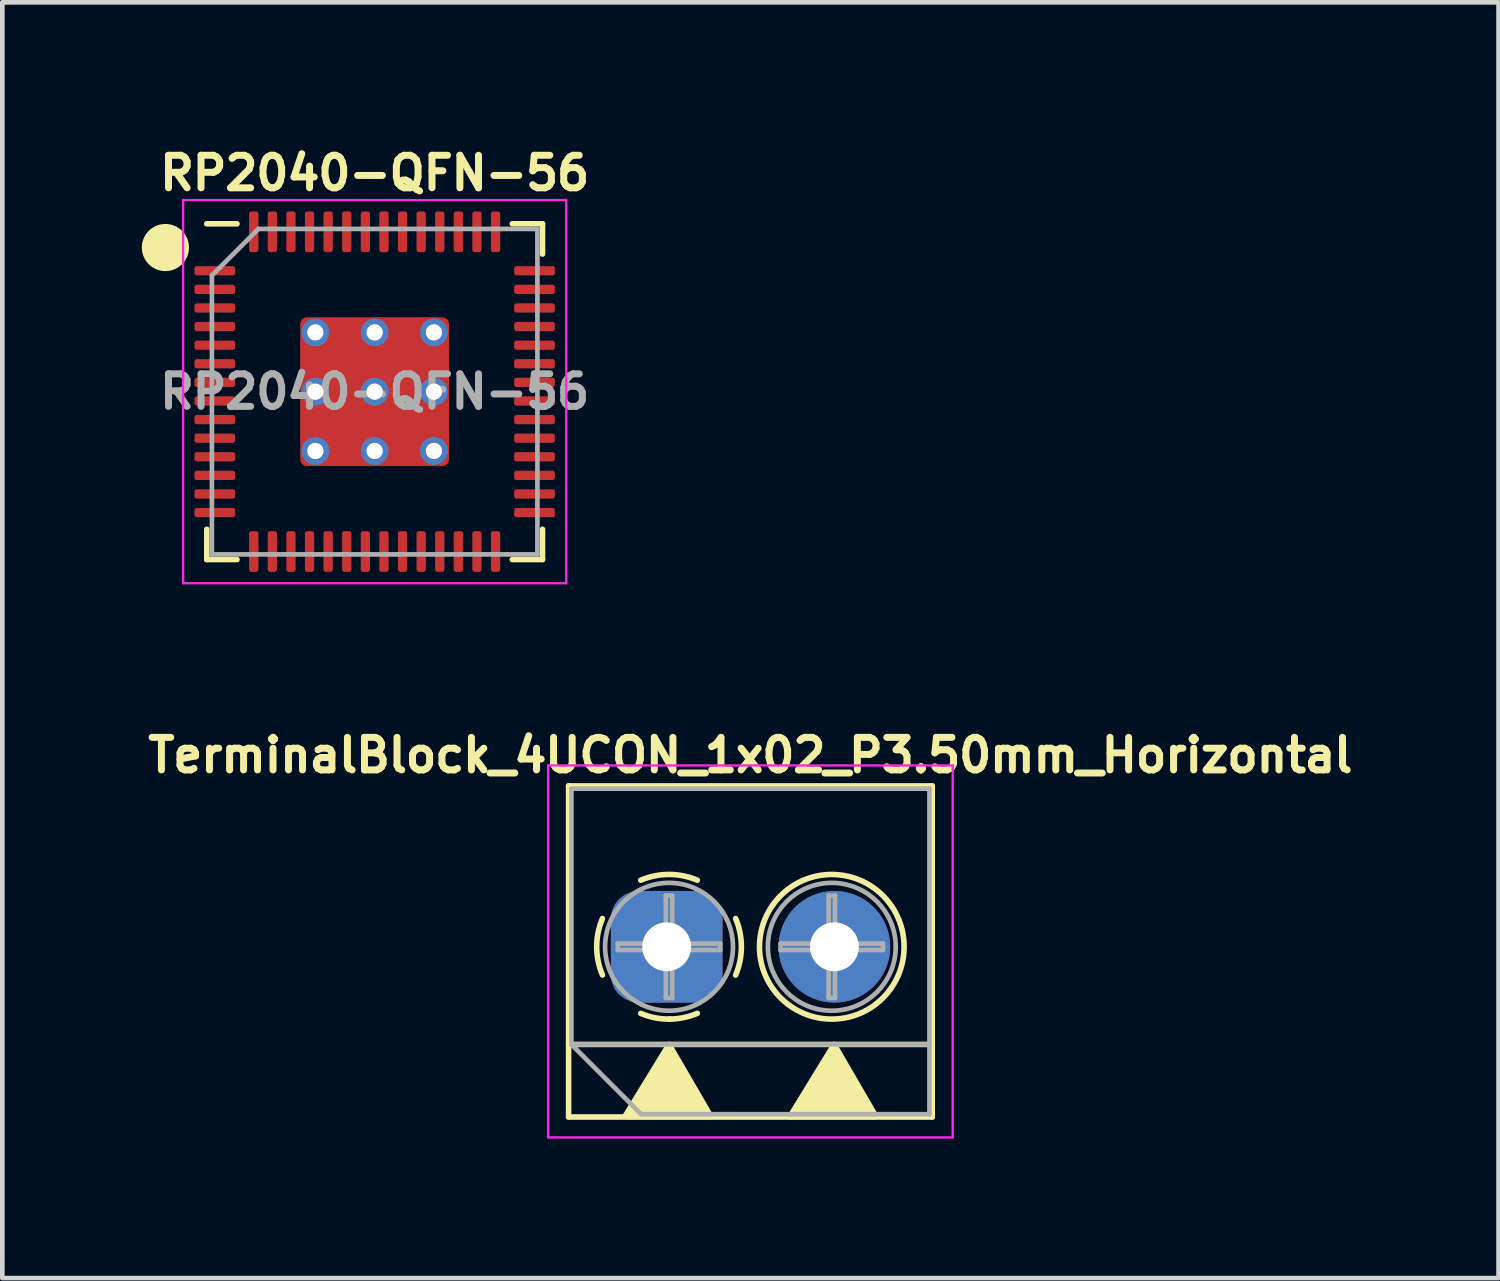
<source format=kicad_pcb>
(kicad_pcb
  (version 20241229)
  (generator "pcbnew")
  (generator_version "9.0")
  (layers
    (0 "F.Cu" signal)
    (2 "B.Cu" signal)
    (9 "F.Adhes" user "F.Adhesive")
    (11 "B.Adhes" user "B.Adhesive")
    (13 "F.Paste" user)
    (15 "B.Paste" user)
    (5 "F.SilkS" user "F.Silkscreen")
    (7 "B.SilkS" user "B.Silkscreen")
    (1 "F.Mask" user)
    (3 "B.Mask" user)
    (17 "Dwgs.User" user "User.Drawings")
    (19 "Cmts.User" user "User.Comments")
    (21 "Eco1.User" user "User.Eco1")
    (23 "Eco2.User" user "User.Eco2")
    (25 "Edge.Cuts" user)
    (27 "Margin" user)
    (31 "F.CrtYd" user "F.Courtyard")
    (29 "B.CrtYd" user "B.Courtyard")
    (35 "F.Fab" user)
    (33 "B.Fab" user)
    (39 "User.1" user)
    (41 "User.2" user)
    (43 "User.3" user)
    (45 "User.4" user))
  (footprint "RP2040-QFN-56"
    (layer "F.Cu")
    (at 5.007 5.373)
    (property "Reference" "RP2040-QFN-56" (at 0 -4.7 0) (layer "F.SilkS") (effects (font (size 0.7 0.7) (thickness 0.15))))
    (attr smd)
    (fp_line (start -3.61 3.61) (end -3.61 2.96) (stroke (width 0.12) (type solid)) (layer "F.SilkS"))
    (fp_line (start -2.96 -3.61) (end -3.61 -3.61) (stroke (width 0.12) (type solid)) (layer "F.SilkS"))
    (fp_line (start -2.96 3.61) (end -3.61 3.61) (stroke (width 0.12) (type solid)) (layer "F.SilkS"))
    (fp_line (start 2.96 -3.61) (end 3.61 -3.61) (stroke (width 0.12) (type solid)) (layer "F.SilkS"))
    (fp_line (start 2.96 3.61) (end 3.61 3.61) (stroke (width 0.12) (type solid)) (layer "F.SilkS"))
    (fp_line (start 3.61 -3.61) (end 3.61 -2.96) (stroke (width 0.12) (type solid)) (layer "F.SilkS"))
    (fp_line (start 3.61 3.61) (end 3.61 2.96) (stroke (width 0.12) (type solid)) (layer "F.SilkS"))
    (fp_circle (center -4.5 -3.1) (end -4.053 -3.1) (stroke (width 0.12) (type solid)) (fill yes) (layer "F.SilkS"))
    (fp_line (start -4.12 -4.12) (end -4.12 4.12) (stroke (width 0.05) (type solid)) (layer "F.CrtYd"))
    (fp_line (start -4.12 4.12) (end 4.12 4.12) (stroke (width 0.05) (type solid)) (layer "F.CrtYd"))
    (fp_line (start 4.12 -4.12) (end -4.12 -4.12) (stroke (width 0.05) (type solid)) (layer "F.CrtYd"))
    (fp_line (start 4.12 4.12) (end 4.12 -4.12) (stroke (width 0.05) (type solid)) (layer "F.CrtYd"))
    (fp_line (start -3.5 -2.5) (end -2.5 -3.5) (stroke (width 0.1) (type solid)) (layer "F.Fab"))
    (fp_line (start -3.5 3.5) (end -3.5 -2.5) (stroke (width 0.1) (type solid)) (layer "F.Fab"))
    (fp_line (start -2.5 -3.5) (end 3.5 -3.5) (stroke (width 0.1) (type solid)) (layer "F.Fab"))
    (fp_line (start 3.5 -3.5) (end 3.5 3.5) (stroke (width 0.1) (type solid)) (layer "F.Fab"))
    (fp_line (start 3.5 3.5) (end -3.5 3.5) (stroke (width 0.1) (type solid)) (layer "F.Fab"))
    (fp_text user "${REFERENCE}" (at 0 0 0) (layer "F.Fab") (effects (font (size 0.7 0.7) (thickness 0.15))))
    (pad "" smd roundrect (at -0.637 -0.637) (size 1.084 1.084) (layers "F.Paste") (roundrect_rratio 0.231))
    (pad "" smd roundrect (at -0.637 0.637) (size 1.084 1.084) (layers "F.Paste") (roundrect_rratio 0.231))
    (pad "" smd roundrect (at 0.637 -0.637) (size 1.084 1.084) (layers "F.Paste") (roundrect_rratio 0.231))
    (pad "" smd roundrect (at 0.637 0.637) (size 1.084 1.084) (layers "F.Paste") (roundrect_rratio 0.231))
    (pad "1" smd roundrect (at -3.438 -2.6) (size 0.875 0.2) (layers "F.Cu" "F.Mask" "F.Paste") (roundrect_rratio 0.25))
    (pad "2" smd roundrect (at -3.438 -2.2) (size 0.875 0.2) (layers "F.Cu" "F.Mask" "F.Paste") (roundrect_rratio 0.25))
    (pad "3" smd roundrect (at -3.438 -1.8) (size 0.875 0.2) (layers "F.Cu" "F.Mask" "F.Paste") (roundrect_rratio 0.25))
    (pad "4" smd roundrect (at -3.438 -1.4) (size 0.875 0.2) (layers "F.Cu" "F.Mask" "F.Paste") (roundrect_rratio 0.25))
    (pad "5" smd roundrect (at -3.438 -1) (size 0.875 0.2) (layers "F.Cu" "F.Mask" "F.Paste") (roundrect_rratio 0.25))
    (pad "6" smd roundrect (at -3.438 -0.6) (size 0.875 0.2) (layers "F.Cu" "F.Mask" "F.Paste") (roundrect_rratio 0.25))
    (pad "7" smd roundrect (at -3.438 -0.2) (size 0.875 0.2) (layers "F.Cu" "F.Mask" "F.Paste") (roundrect_rratio 0.25))
    (pad "8" smd roundrect (at -3.438 0.2) (size 0.875 0.2) (layers "F.Cu" "F.Mask" "F.Paste") (roundrect_rratio 0.25))
    (pad "9" smd roundrect (at -3.438 0.6) (size 0.875 0.2) (layers "F.Cu" "F.Mask" "F.Paste") (roundrect_rratio 0.25))
    (pad "10" smd roundrect (at -3.438 1) (size 0.875 0.2) (layers "F.Cu" "F.Mask" "F.Paste") (roundrect_rratio 0.25))
    (pad "11" smd roundrect (at -3.438 1.4) (size 0.875 0.2) (layers "F.Cu" "F.Mask" "F.Paste") (roundrect_rratio 0.25))
    (pad "12" smd roundrect (at -3.438 1.8) (size 0.875 0.2) (layers "F.Cu" "F.Mask" "F.Paste") (roundrect_rratio 0.25))
    (pad "13" smd roundrect (at -3.438 2.2) (size 0.875 0.2) (layers "F.Cu" "F.Mask" "F.Paste") (roundrect_rratio 0.25))
    (pad "14" smd roundrect (at -3.438 2.6) (size 0.875 0.2) (layers "F.Cu" "F.Mask" "F.Paste") (roundrect_rratio 0.25))
    (pad "15" smd roundrect (at -2.6 3.438) (size 0.2 0.875) (layers "F.Cu" "F.Mask" "F.Paste") (roundrect_rratio 0.25))
    (pad "16" smd roundrect (at -2.2 3.438) (size 0.2 0.875) (layers "F.Cu" "F.Mask" "F.Paste") (roundrect_rratio 0.25))
    (pad "17" smd roundrect (at -1.8 3.438) (size 0.2 0.875) (layers "F.Cu" "F.Mask" "F.Paste") (roundrect_rratio 0.25))
    (pad "18" smd roundrect (at -1.4 3.438) (size 0.2 0.875) (layers "F.Cu" "F.Mask" "F.Paste") (roundrect_rratio 0.25))
    (pad "19" smd roundrect (at -1 3.438) (size 0.2 0.875) (layers "F.Cu" "F.Mask" "F.Paste") (roundrect_rratio 0.25))
    (pad "20" smd roundrect (at -0.6 3.438) (size 0.2 0.875) (layers "F.Cu" "F.Mask" "F.Paste") (roundrect_rratio 0.25))
    (pad "21" smd roundrect (at -0.2 3.438) (size 0.2 0.875) (layers "F.Cu" "F.Mask" "F.Paste") (roundrect_rratio 0.25))
    (pad "22" smd roundrect (at 0.2 3.438) (size 0.2 0.875) (layers "F.Cu" "F.Mask" "F.Paste") (roundrect_rratio 0.25))
    (pad "23" smd roundrect (at 0.6 3.438) (size 0.2 0.875) (layers "F.Cu" "F.Mask" "F.Paste") (roundrect_rratio 0.25))
    (pad "24" smd roundrect (at 1 3.438) (size 0.2 0.875) (layers "F.Cu" "F.Mask" "F.Paste") (roundrect_rratio 0.25))
    (pad "25" smd roundrect (at 1.4 3.438) (size 0.2 0.875) (layers "F.Cu" "F.Mask" "F.Paste") (roundrect_rratio 0.25))
    (pad "26" smd roundrect (at 1.8 3.438) (size 0.2 0.875) (layers "F.Cu" "F.Mask" "F.Paste") (roundrect_rratio 0.25))
    (pad "27" smd roundrect (at 2.2 3.438) (size 0.2 0.875) (layers "F.Cu" "F.Mask" "F.Paste") (roundrect_rratio 0.25))
    (pad "28" smd roundrect (at 2.6 3.438) (size 0.2 0.875) (layers "F.Cu" "F.Mask" "F.Paste") (roundrect_rratio 0.25))
    (pad "29" smd roundrect (at 3.438 2.6) (size 0.875 0.2) (layers "F.Cu" "F.Mask" "F.Paste") (roundrect_rratio 0.25))
    (pad "30" smd roundrect (at 3.438 2.2) (size 0.875 0.2) (layers "F.Cu" "F.Mask" "F.Paste") (roundrect_rratio 0.25))
    (pad "31" smd roundrect (at 3.438 1.8) (size 0.875 0.2) (layers "F.Cu" "F.Mask" "F.Paste") (roundrect_rratio 0.25))
    (pad "32" smd roundrect (at 3.438 1.4) (size 0.875 0.2) (layers "F.Cu" "F.Mask" "F.Paste") (roundrect_rratio 0.25))
    (pad "33" smd roundrect (at 3.438 1) (size 0.875 0.2) (layers "F.Cu" "F.Mask" "F.Paste") (roundrect_rratio 0.25))
    (pad "34" smd roundrect (at 3.438 0.6) (size 0.875 0.2) (layers "F.Cu" "F.Mask" "F.Paste") (roundrect_rratio 0.25))
    (pad "35" smd roundrect (at 3.438 0.2) (size 0.875 0.2) (layers "F.Cu" "F.Mask" "F.Paste") (roundrect_rratio 0.25))
    (pad "36" smd roundrect (at 3.438 -0.2) (size 0.875 0.2) (layers "F.Cu" "F.Mask" "F.Paste") (roundrect_rratio 0.25))
    (pad "37" smd roundrect (at 3.438 -0.6) (size 0.875 0.2) (layers "F.Cu" "F.Mask" "F.Paste") (roundrect_rratio 0.25))
    (pad "38" smd roundrect (at 3.438 -1) (size 0.875 0.2) (layers "F.Cu" "F.Mask" "F.Paste") (roundrect_rratio 0.25))
    (pad "39" smd roundrect (at 3.438 -1.4) (size 0.875 0.2) (layers "F.Cu" "F.Mask" "F.Paste") (roundrect_rratio 0.25))
    (pad "40" smd roundrect (at 3.438 -1.8) (size 0.875 0.2) (layers "F.Cu" "F.Mask" "F.Paste") (roundrect_rratio 0.25))
    (pad "41" smd roundrect (at 3.438 -2.2) (size 0.875 0.2) (layers "F.Cu" "F.Mask" "F.Paste") (roundrect_rratio 0.25))
    (pad "42" smd roundrect (at 3.438 -2.6) (size 0.875 0.2) (layers "F.Cu" "F.Mask" "F.Paste") (roundrect_rratio 0.25))
    (pad "43" smd roundrect (at 2.6 -3.438) (size 0.2 0.875) (layers "F.Cu" "F.Mask" "F.Paste") (roundrect_rratio 0.25))
    (pad "44" smd roundrect (at 2.2 -3.438) (size 0.2 0.875) (layers "F.Cu" "F.Mask" "F.Paste") (roundrect_rratio 0.25))
    (pad "45" smd roundrect (at 1.8 -3.438) (size 0.2 0.875) (layers "F.Cu" "F.Mask" "F.Paste") (roundrect_rratio 0.25))
    (pad "46" smd roundrect (at 1.4 -3.438) (size 0.2 0.875) (layers "F.Cu" "F.Mask" "F.Paste") (roundrect_rratio 0.25))
    (pad "47" smd roundrect (at 1 -3.438) (size 0.2 0.875) (layers "F.Cu" "F.Mask" "F.Paste") (roundrect_rratio 0.25))
    (pad "48" smd roundrect (at 0.6 -3.438) (size 0.2 0.875) (layers "F.Cu" "F.Mask" "F.Paste") (roundrect_rratio 0.25))
    (pad "49" smd roundrect (at 0.2 -3.438) (size 0.2 0.875) (layers "F.Cu" "F.Mask" "F.Paste") (roundrect_rratio 0.25))
    (pad "50" smd roundrect (at -0.2 -3.438) (size 0.2 0.875) (layers "F.Cu" "F.Mask" "F.Paste") (roundrect_rratio 0.25))
    (pad "51" smd roundrect (at -0.6 -3.438) (size 0.2 0.875) (layers "F.Cu" "F.Mask" "F.Paste") (roundrect_rratio 0.25))
    (pad "52" smd roundrect (at -1 -3.438) (size 0.2 0.875) (layers "F.Cu" "F.Mask" "F.Paste") (roundrect_rratio 0.25))
    (pad "53" smd roundrect (at -1.4 -3.438) (size 0.2 0.875) (layers "F.Cu" "F.Mask" "F.Paste") (roundrect_rratio 0.25))
    (pad "54" smd roundrect (at -1.8 -3.438) (size 0.2 0.875) (layers "F.Cu" "F.Mask" "F.Paste") (roundrect_rratio 0.25))
    (pad "55" smd roundrect (at -2.2 -3.438) (size 0.2 0.875) (layers "F.Cu" "F.Mask" "F.Paste") (roundrect_rratio 0.25))
    (pad "56" smd roundrect (at -2.6 -3.438) (size 0.2 0.875) (layers "F.Cu" "F.Mask" "F.Paste") (roundrect_rratio 0.25))
    (pad "57" thru_hole circle (at -1.275 -1.275) (size 0.6 0.6) (drill 0.35) (layers "*.Cu"))
    (pad "57" thru_hole circle (at -1.275 0) (size 0.6 0.6) (drill 0.35) (layers "*.Cu"))
    (pad "57" thru_hole circle (at -1.275 1.275) (size 0.6 0.6) (drill 0.35) (layers "*.Cu"))
    (pad "57" thru_hole circle (at 0 -1.275) (size 0.6 0.6) (drill 0.35) (layers "*.Cu"))
    (pad "57" thru_hole circle (at 0 0) (size 0.6 0.6) (drill 0.35) (layers "*.Cu"))
    (pad "57" smd roundrect (at 0 0) (size 3.2 3.2) (layers "F.Cu" "F.Mask") (roundrect_rratio 0.045))
    (pad "57" thru_hole circle (at 0 1.275) (size 0.6 0.6) (drill 0.35) (layers "*.Cu"))
    (pad "57" thru_hole circle (at 1.275 -1.275) (size 0.6 0.6) (drill 0.35) (layers "*.Cu"))
    (pad "57" thru_hole circle (at 1.275 0) (size 0.6 0.6) (drill 0.35) (layers "*.Cu"))
    (pad "57" thru_hole circle (at 1.275 1.275) (size 0.6 0.6) (drill 0.35) (layers "*.Cu")))
  (footprint "TerminalBlock_4UCON_1x02_P3.50mm_Horizontal"
    (layer "F.Cu")
    (at 11.338 17.311)
    (property "Reference" "TerminalBlock_4UCON_1x02_P3.50mm_Horizontal" (at 1.75 -4.12 0) (layer "F.SilkS") (effects (font (size 0.7 0.7) (thickness 0.15))))
    (attr through_hole)
    (fp_line (start -2.16 -3.46) (end -2.16 3.66) (stroke (width 0.12) (type solid)) (layer "F.SilkS"))
    (fp_line (start -2.16 -3.46) (end 5.66 -3.46) (stroke (width 0.12) (type solid)) (layer "F.SilkS"))
    (fp_line (start -2.16 2.1) (end 5.66 2.1) (stroke (width 0.12) (type solid)) (layer "F.SilkS"))
    (fp_line (start -2.16 3.66) (end 5.66 3.66) (stroke (width 0.12) (type solid)) (layer "F.SilkS"))
    (fp_line (start 5.66 -3.46) (end 5.66 3.66) (stroke (width 0.12) (type solid)) (layer "F.SilkS"))
    (fp_arc (start -1.432109 0.607742) (mid -1.555727 -0.00014) (end -1.432 -0.608) (stroke (width 0.12) (type solid)) (layer "F.SilkS"))
    (fp_arc (start -0.607742 -1.432109) (mid 0.00014 -1.555727) (end 0.608 -1.432) (stroke (width 0.12) (type solid)) (layer "F.SilkS"))
    (fp_arc (start 0.027011 1.555493) (mid -0.296984 1.527118) (end -0.608 1.432) (stroke (width 0.12) (type solid)) (layer "F.SilkS"))
    (fp_arc (start 0.607587 1.431385) (mid 0.310017 1.523783) (end 0 1.555) (stroke (width 0.12) (type solid)) (layer "F.SilkS"))
    (fp_arc (start 1.432109 -0.607742) (mid 1.555727 0.00014) (end 1.432 0.608) (stroke (width 0.12) (type solid)) (layer "F.SilkS"))
    (fp_circle (center 3.5 0) (end 5.055 0) (stroke (width 0.12) (type solid)) (fill no) (layer "F.SilkS"))
    (fp_poly (pts (xy 0.9 3.65) (xy -0.95 3.65) (xy 0 2.1)) (stroke (width 0.12) (type solid)) (fill yes) (layer "F.SilkS"))
    (fp_poly (pts (xy 4.45 3.65) (xy 2.6 3.65) (xy 3.55 2.1)) (stroke (width 0.12) (type solid)) (fill yes) (layer "F.SilkS"))
    (fp_line (start -2.6 -3.9) (end -2.6 4.1) (stroke (width 0.05) (type solid)) (layer "F.CrtYd"))
    (fp_line (start -2.6 4.1) (end 6.1 4.1) (stroke (width 0.05) (type solid)) (layer "F.CrtYd"))
    (fp_line (start 6.1 -3.9) (end -2.6 -3.9) (stroke (width 0.05) (type solid)) (layer "F.CrtYd"))
    (fp_line (start 6.1 4.1) (end 6.1 -3.9) (stroke (width 0.05) (type solid)) (layer "F.CrtYd"))
    (fp_line (start -2.1 -3.4) (end 5.6 -3.4) (stroke (width 0.1) (type solid)) (layer "F.Fab"))
    (fp_line (start -2.1 2.1) (end -2.1 -3.4) (stroke (width 0.1) (type solid)) (layer "F.Fab"))
    (fp_line (start -2.1 2.1) (end 5.6 2.1) (stroke (width 0.1) (type solid)) (layer "F.Fab"))
    (fp_line (start -1.1 -0.069) (end -0.069 -0.069) (stroke (width 0.1) (type solid)) (layer "F.Fab"))
    (fp_line (start -1.1 0.069) (end -1.1 -0.069) (stroke (width 0.1) (type solid)) (layer "F.Fab"))
    (fp_line (start -0.6 3.6) (end -2.1 2.1) (stroke (width 0.1) (type solid)) (layer "F.Fab"))
    (fp_line (start -0.069 -1.1) (end 0.069 -1.1) (stroke (width 0.1) (type solid)) (layer "F.Fab"))
    (fp_line (start -0.069 -0.069) (end -0.069 -1.1) (stroke (width 0.1) (type solid)) (layer "F.Fab"))
    (fp_line (start -0.069 0.069) (end -1.1 0.069) (stroke (width 0.1) (type solid)) (layer "F.Fab"))
    (fp_line (start -0.069 1.1) (end -0.069 0.069) (stroke (width 0.1) (type solid)) (layer "F.Fab"))
    (fp_line (start 0.069 -1.1) (end 0.069 -0.069) (stroke (width 0.1) (type solid)) (layer "F.Fab"))
    (fp_line (start 0.069 -0.069) (end 1.1 -0.069) (stroke (width 0.1) (type solid)) (layer "F.Fab"))
    (fp_line (start 0.069 0.069) (end 0.069 1.1) (stroke (width 0.1) (type solid)) (layer "F.Fab"))
    (fp_line (start 0.069 1.1) (end -0.069 1.1) (stroke (width 0.1) (type solid)) (layer "F.Fab"))
    (fp_line (start 1.1 -0.069) (end 1.1 0.069) (stroke (width 0.1) (type solid)) (layer "F.Fab"))
    (fp_line (start 1.1 0.069) (end 0.069 0.069) (stroke (width 0.1) (type solid)) (layer "F.Fab"))
    (fp_line (start 2.4 -0.069) (end 3.431 -0.069) (stroke (width 0.1) (type solid)) (layer "F.Fab"))
    (fp_line (start 2.4 0.069) (end 2.4 -0.069) (stroke (width 0.1) (type solid)) (layer "F.Fab"))
    (fp_line (start 3.431 -1.1) (end 3.569 -1.1) (stroke (width 0.1) (type solid)) (layer "F.Fab"))
    (fp_line (start 3.431 -0.069) (end 3.431 -1.1) (stroke (width 0.1) (type solid)) (layer "F.Fab"))
    (fp_line (start 3.431 0.069) (end 2.4 0.069) (stroke (width 0.1) (type solid)) (layer "F.Fab"))
    (fp_line (start 3.431 1.1) (end 3.431 0.069) (stroke (width 0.1) (type solid)) (layer "F.Fab"))
    (fp_line (start 3.569 -1.1) (end 3.569 -0.069) (stroke (width 0.1) (type solid)) (layer "F.Fab"))
    (fp_line (start 3.569 -0.069) (end 4.6 -0.069) (stroke (width 0.1) (type solid)) (layer "F.Fab"))
    (fp_line (start 3.569 0.069) (end 3.569 1.1) (stroke (width 0.1) (type solid)) (layer "F.Fab"))
    (fp_line (start 3.569 1.1) (end 3.431 1.1) (stroke (width 0.1) (type solid)) (layer "F.Fab"))
    (fp_line (start 4.6 -0.069) (end 4.6 0.069) (stroke (width 0.1) (type solid)) (layer "F.Fab"))
    (fp_line (start 4.6 0.069) (end 3.569 0.069) (stroke (width 0.1) (type solid)) (layer "F.Fab"))
    (fp_line (start 5.6 -3.4) (end 5.6 3.6) (stroke (width 0.1) (type solid)) (layer "F.Fab"))
    (fp_line (start 5.6 3.6) (end -0.6 3.6) (stroke (width 0.1) (type solid)) (layer "F.Fab"))
    (fp_circle (center 0 0) (end 1.375 0) (stroke (width 0.1) (type solid)) (fill no) (layer "F.Fab"))
    (fp_circle (center 3.5 0) (end 4.875 0) (stroke (width 0.1) (type solid)) (fill no) (layer "F.Fab"))
    (pad "1" thru_hole roundrect (at -0.051 0) (size 2.4 2.4) (drill 1.05) (layers "*.Cu" "*.Mask") (roundrect_rratio 0.25))
    (pad "2" thru_hole circle (at 3.556 0) (size 2.4 2.4) (drill 1.05) (layers "*.Cu" "*.Mask")))
  (gr_rect
    (start -3 -3)
    (end 29.177 24.436)
    (stroke (width 0.1) (type default))
    (fill no)
    (layer "Edge.Cuts")))
</source>
